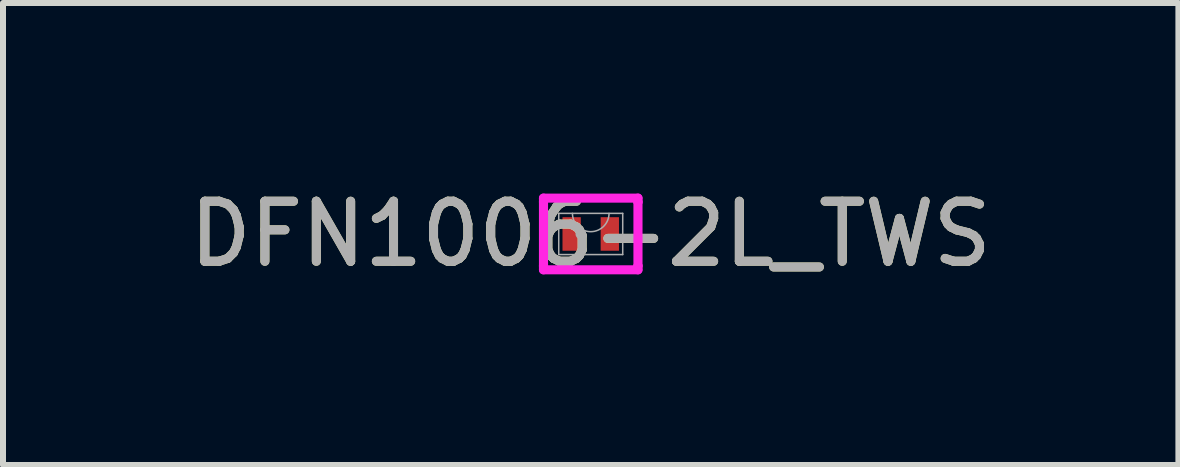
<source format=kicad_pcb>
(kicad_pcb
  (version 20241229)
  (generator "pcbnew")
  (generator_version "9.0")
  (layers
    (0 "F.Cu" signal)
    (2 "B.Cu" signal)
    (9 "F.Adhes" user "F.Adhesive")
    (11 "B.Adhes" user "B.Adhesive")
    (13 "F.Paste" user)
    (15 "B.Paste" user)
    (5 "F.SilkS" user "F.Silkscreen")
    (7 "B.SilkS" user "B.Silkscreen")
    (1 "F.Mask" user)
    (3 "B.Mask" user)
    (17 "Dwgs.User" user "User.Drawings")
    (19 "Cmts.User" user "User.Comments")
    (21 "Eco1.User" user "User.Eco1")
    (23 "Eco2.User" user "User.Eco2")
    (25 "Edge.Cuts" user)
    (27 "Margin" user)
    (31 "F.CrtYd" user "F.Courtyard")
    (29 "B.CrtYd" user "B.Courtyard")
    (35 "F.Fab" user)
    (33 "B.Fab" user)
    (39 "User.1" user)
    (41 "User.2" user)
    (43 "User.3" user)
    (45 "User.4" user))
  (footprint "DFN1006-2L_TWS"
    (layer "F.Cu")
    (at 6.792 0.848)
    (property "Reference" "DFN1006-2L_TWS" (at 0 0 0) (unlocked yes) (layer "F.SilkS") (effects (font (size 1 1) (thickness 0.15))))
    (attr smd)
    (fp_line (start -0.787 -0.597) (end 0.787 -0.597) (stroke (width 0.152) (type solid)) (layer "F.CrtYd"))
    (fp_line (start -0.787 -0.533) (end -0.787 -0.597) (stroke (width 0.152) (type solid)) (layer "F.CrtYd"))
    (fp_line (start -0.787 -0.533) (end -0.787 -0.533) (stroke (width 0.152) (type solid)) (layer "F.CrtYd"))
    (fp_line (start -0.787 0.533) (end -0.787 -0.533) (stroke (width 0.152) (type solid)) (layer "F.CrtYd"))
    (fp_line (start -0.787 0.533) (end -0.787 0.533) (stroke (width 0.152) (type solid)) (layer "F.CrtYd"))
    (fp_line (start -0.787 0.597) (end -0.787 0.533) (stroke (width 0.152) (type solid)) (layer "F.CrtYd"))
    (fp_line (start 0.787 -0.597) (end 0.787 -0.533) (stroke (width 0.152) (type solid)) (layer "F.CrtYd"))
    (fp_line (start 0.787 -0.533) (end 0.787 -0.533) (stroke (width 0.152) (type solid)) (layer "F.CrtYd"))
    (fp_line (start 0.787 -0.533) (end 0.787 0.533) (stroke (width 0.152) (type solid)) (layer "F.CrtYd"))
    (fp_line (start 0.787 0.533) (end 0.787 0.533) (stroke (width 0.152) (type solid)) (layer "F.CrtYd"))
    (fp_line (start 0.787 0.533) (end 0.787 0.597) (stroke (width 0.152) (type solid)) (layer "F.CrtYd"))
    (fp_line (start 0.787 0.597) (end -0.787 0.597) (stroke (width 0.152) (type solid)) (layer "F.CrtYd"))
    (fp_line (start -0.533 -0.343) (end -0.533 0.343) (stroke (width 0.025) (type solid)) (layer "F.Fab"))
    (fp_line (start -0.533 0.343) (end 0.533 0.343) (stroke (width 0.025) (type solid)) (layer "F.Fab"))
    (fp_line (start 0.533 -0.343) (end -0.533 -0.343) (stroke (width 0.025) (type solid)) (layer "F.Fab"))
    (fp_line (start 0.533 0.343) (end 0.533 -0.343) (stroke (width 0.025) (type solid)) (layer "F.Fab"))
    (fp_arc (start 0.3048 -0.3429) (mid 0 -0.0381) (end -0.3048 -0.3429) (stroke (width 0.0254) (type solid)) (layer "F.Fab"))
    (fp_circle (center -0.165 0) (end -0.089 0) (stroke (width 0.025) (type solid)) (fill no) (layer "F.Fab"))
    (fp_text user "${REFERENCE}" (at 0 0 0) (unlocked yes) (layer "F.Fab") (effects (font (size 1 1) (thickness 0.15))))
    (pad "1" smd rect (at -0.318 0) (size 0.305 0.559) (layers "F.Cu" "F.Mask" "F.Paste"))
    (pad "2" smd rect (at 0.318 0) (size 0.305 0.559) (layers "F.Cu" "F.Mask" "F.Paste")))
  (gr_rect
    (start -3 -3)
    (end 16.583 4.697)
    (stroke (width 0.1) (type default))
    (fill no)
    (layer "Edge.Cuts")))
</source>
